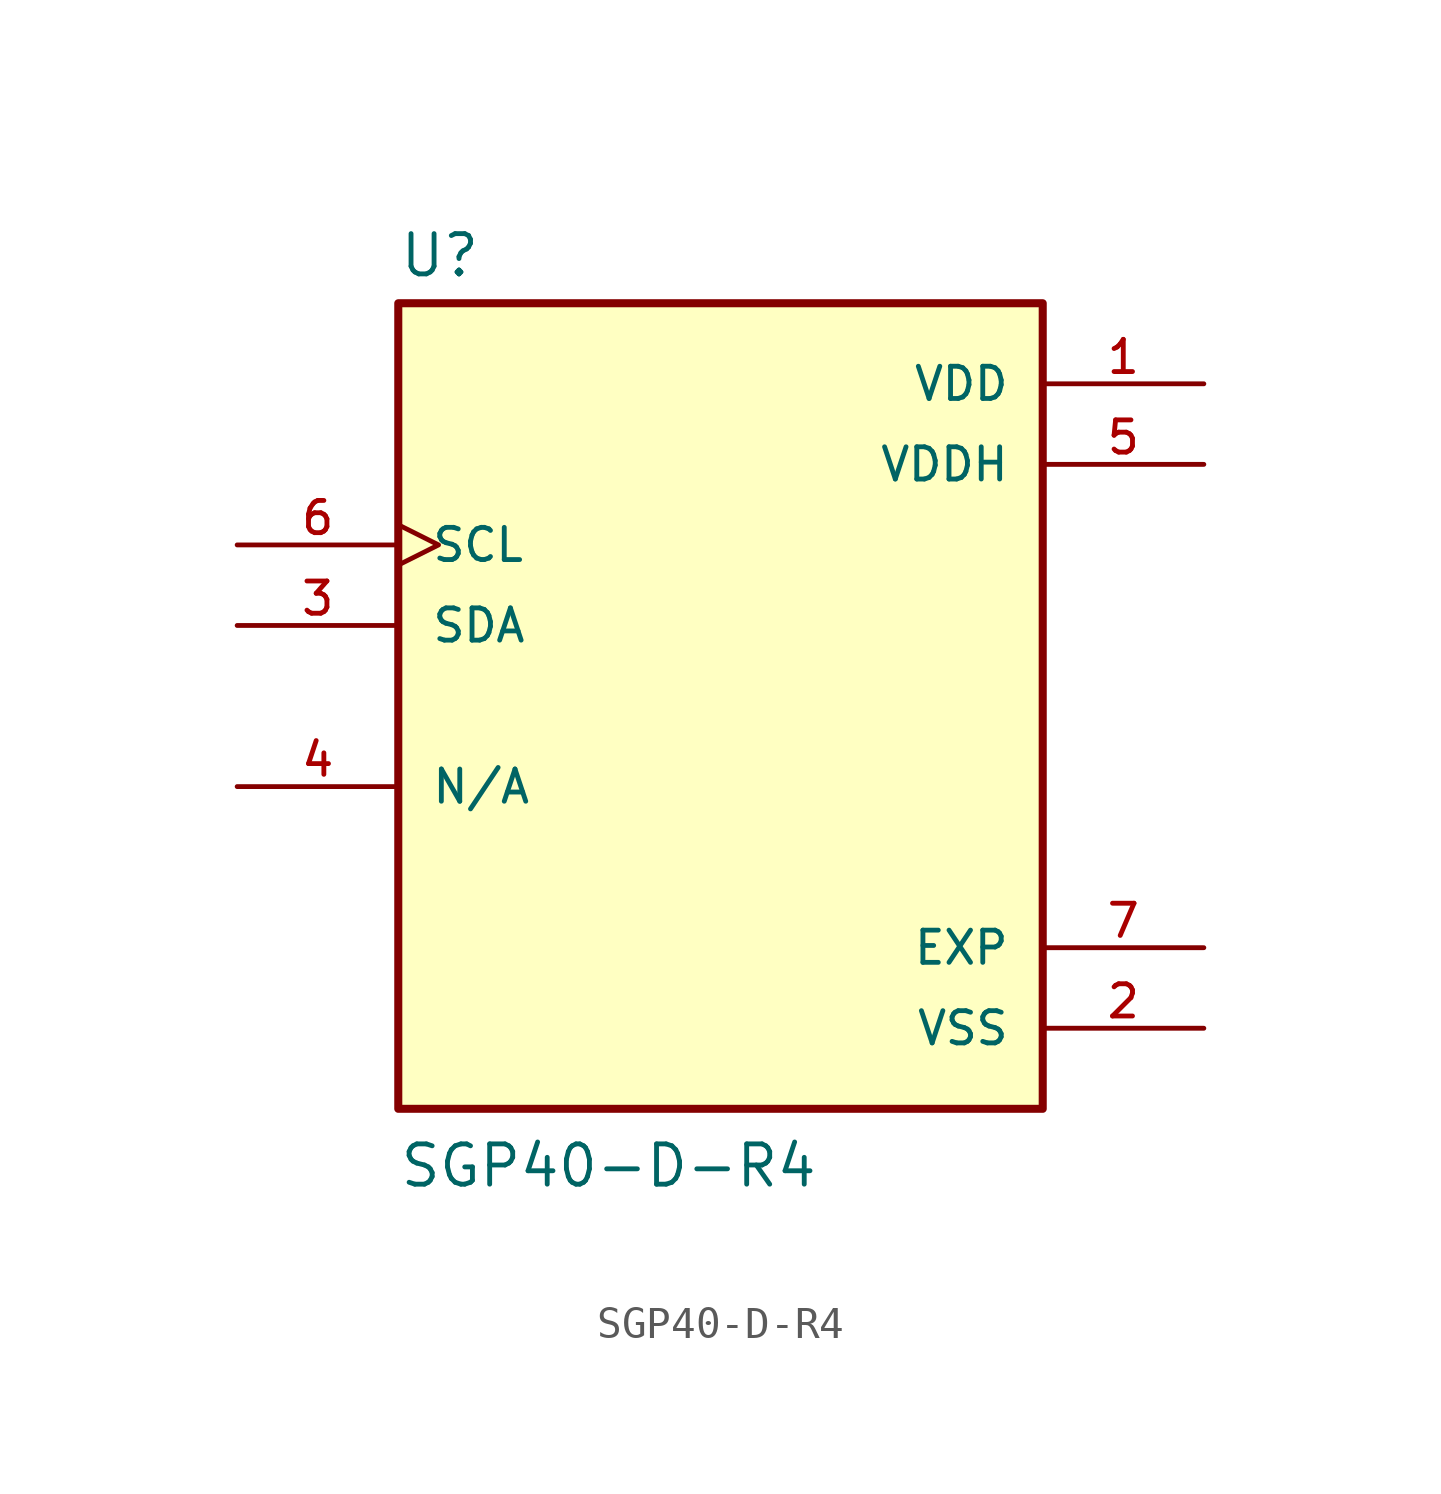
<source format=kicad_sym>
(kicad_symbol_lib
  (version 20211014)
  (generator kicad_symbol_editor)
  (symbol "SGP40-D-R4"
    (pin_names
      (offset 1.016))
    (property "Reference" "U"
      (at -10.16 13.462 0)
      (effects (font (size 1.27 1.27)) (justify bottom left)))
    (property "Value" "SGP40-D-R4"
      (at -10.16 -15.24 0)
      (effects (font (size 1.27 1.27)) (justify bottom left)))
    (symbol "SGP40-D-R4_0_0"
      (rectangle (start -10.16 -12.7) (end 10.16 12.7) (stroke (width 0.254)) (fill (type background)))
      (pin power_in line (at 15.24 10.16 180.0) (length 5.08) (name "VDD" (effects (font (size 1.016 1.016)))) (number "1" (effects (font (size 1.016 1.016)))))
      (pin power_in line (at 15.24 -10.16 180.0) (length 5.08) (name "VSS" (effects (font (size 1.016 1.016)))) (number "2" (effects (font (size 1.016 1.016)))))
      (pin bidirectional line (at -15.24 2.54 0) (length 5.08) (name "SDA" (effects (font (size 1.016 1.016)))) (number "3" (effects (font (size 1.016 1.016)))))
      (pin passive line (at -15.24 -2.54 0) (length 5.08) (name "N/A" (effects (font (size 1.016 1.016)))) (number "4" (effects (font (size 1.016 1.016)))))
      (pin power_in line (at 15.24 7.62 180.0) (length 5.08) (name "VDDH" (effects (font (size 1.016 1.016)))) (number "5" (effects (font (size 1.016 1.016)))))
      (pin bidirectional clock (at -15.24 5.08 0) (length 5.08) (name "SCL" (effects (font (size 1.016 1.016)))) (number "6" (effects (font (size 1.016 1.016)))))
      (pin power_in line (at 15.24 -7.62 180.0) (length 5.08) (name "EXP" (effects (font (size 1.016 1.016)))) (number "7" (effects (font (size 1.016 1.016))))))))
</source>
